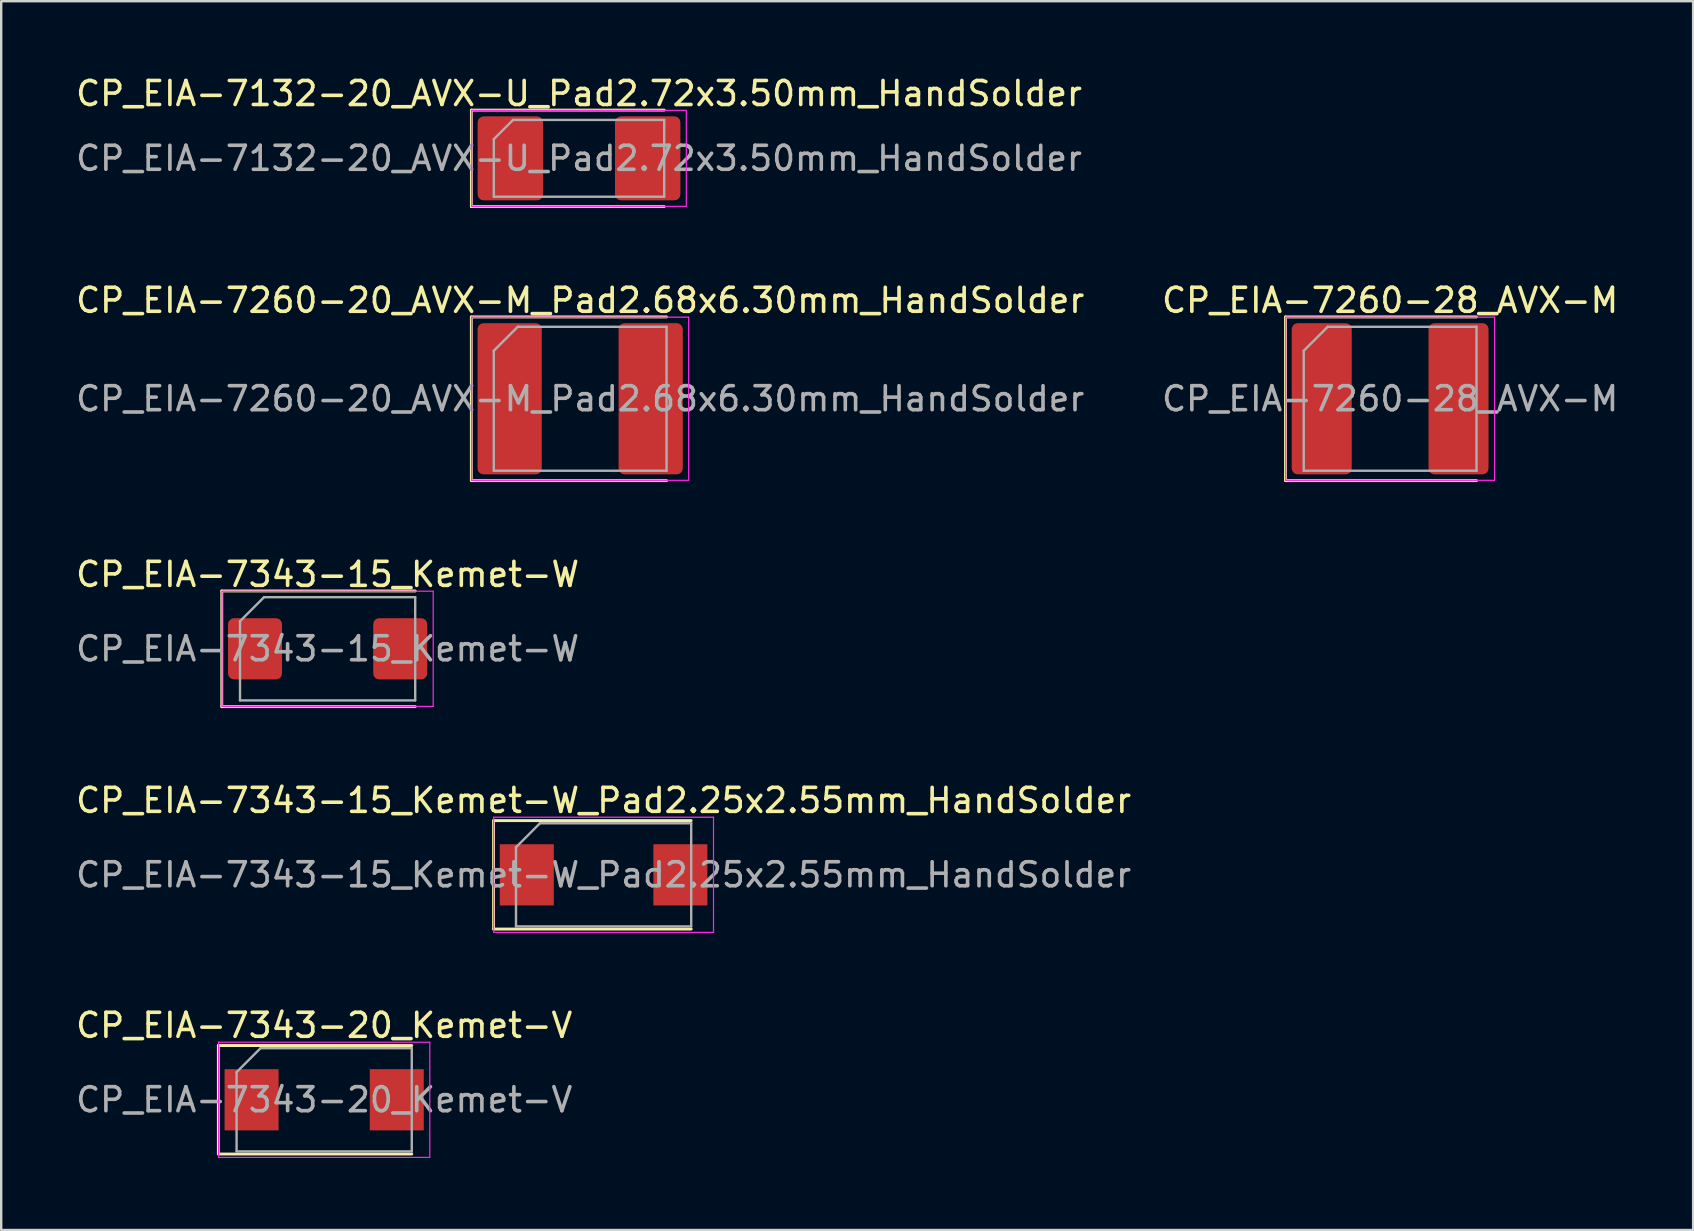
<source format=kicad_pcb>
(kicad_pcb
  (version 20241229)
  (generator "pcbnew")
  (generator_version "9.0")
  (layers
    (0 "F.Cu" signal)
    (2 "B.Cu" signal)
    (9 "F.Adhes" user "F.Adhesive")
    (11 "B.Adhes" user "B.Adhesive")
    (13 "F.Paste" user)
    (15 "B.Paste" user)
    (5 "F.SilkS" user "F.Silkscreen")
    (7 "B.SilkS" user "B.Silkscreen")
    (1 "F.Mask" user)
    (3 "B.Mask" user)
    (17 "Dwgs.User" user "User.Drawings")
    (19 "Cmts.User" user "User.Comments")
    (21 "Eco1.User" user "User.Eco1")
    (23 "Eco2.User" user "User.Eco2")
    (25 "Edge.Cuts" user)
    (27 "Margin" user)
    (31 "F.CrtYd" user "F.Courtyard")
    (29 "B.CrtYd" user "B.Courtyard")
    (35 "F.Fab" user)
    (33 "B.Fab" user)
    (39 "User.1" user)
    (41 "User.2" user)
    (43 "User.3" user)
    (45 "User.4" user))
  (footprint "CP_EIA-7132-20_AVX-U_Pad2.72x3.50mm_HandSolder"
    (layer "F.Cu")
    (at 21.077 3.548)
    (property "Reference" "CP_EIA-7132-20_AVX-U_Pad2.72x3.50mm_HandSolder" (at 0 -2.7 0) (layer "F.SilkS") (effects (font (size 1 1) (thickness 0.15))))
    (attr smd)
    (fp_line (start -4.485 -2.01) (end -4.485 2.01) (stroke (width 0.12) (type solid)) (layer "F.SilkS"))
    (fp_line (start -4.485 2.01) (end 3.55 2.01) (stroke (width 0.12) (type solid)) (layer "F.SilkS"))
    (fp_line (start 3.55 -2.01) (end -4.485 -2.01) (stroke (width 0.12) (type solid)) (layer "F.SilkS"))
    (fp_line (start -4.47 -2) (end 4.47 -2) (stroke (width 0.05) (type solid)) (layer "F.CrtYd"))
    (fp_line (start -4.47 2) (end -4.47 -2) (stroke (width 0.05) (type solid)) (layer "F.CrtYd"))
    (fp_line (start 4.47 -2) (end 4.47 2) (stroke (width 0.05) (type solid)) (layer "F.CrtYd"))
    (fp_line (start 4.47 2) (end -4.47 2) (stroke (width 0.05) (type solid)) (layer "F.CrtYd"))
    (fp_line (start -3.55 -0.8) (end -3.55 1.6) (stroke (width 0.1) (type solid)) (layer "F.Fab"))
    (fp_line (start -3.55 1.6) (end 3.55 1.6) (stroke (width 0.1) (type solid)) (layer "F.Fab"))
    (fp_line (start -2.75 -1.6) (end -3.55 -0.8) (stroke (width 0.1) (type solid)) (layer "F.Fab"))
    (fp_line (start 3.55 -1.6) (end -2.75 -1.6) (stroke (width 0.1) (type solid)) (layer "F.Fab"))
    (fp_line (start 3.55 1.6) (end 3.55 -1.6) (stroke (width 0.1) (type solid)) (layer "F.Fab"))
    (fp_text user "${REFERENCE}" (at 0 0 0) (layer "F.Fab") (effects (font (size 1 1) (thickness 0.15))))
    (pad "1" smd roundrect (at -2.862 0) (size 2.725 3.5) (layers "F.Cu" "F.Mask" "F.Paste") (roundrect_rratio 0.092))
    (pad "2" smd roundrect (at 2.862 0) (size 2.725 3.5) (layers "F.Cu" "F.Mask" "F.Paste") (roundrect_rratio 0.092)))
  (footprint "CP_EIA-7343-15_Kemet-W_Pad2.25x2.55mm_HandSolder"
    (layer "F.Cu")
    (at 22.101 33.403)
    (property "Reference" "CP_EIA-7343-15_Kemet-W_Pad2.25x2.55mm_HandSolder" (at 0 -3.1 0) (layer "F.SilkS") (effects (font (size 1 1) (thickness 0.15))))
    (attr smd)
    (fp_line (start -4.585 -2.26) (end -4.585 2.26) (stroke (width 0.12) (type solid)) (layer "F.SilkS"))
    (fp_line (start -4.585 2.26) (end 3.65 2.26) (stroke (width 0.12) (type solid)) (layer "F.SilkS"))
    (fp_line (start 3.65 -2.26) (end -4.585 -2.26) (stroke (width 0.12) (type solid)) (layer "F.SilkS"))
    (fp_line (start -4.58 -2.4) (end 4.58 -2.4) (stroke (width 0.05) (type solid)) (layer "F.CrtYd"))
    (fp_line (start -4.58 2.4) (end -4.58 -2.4) (stroke (width 0.05) (type solid)) (layer "F.CrtYd"))
    (fp_line (start 4.58 -2.4) (end 4.58 2.4) (stroke (width 0.05) (type solid)) (layer "F.CrtYd"))
    (fp_line (start 4.58 2.4) (end -4.58 2.4) (stroke (width 0.05) (type solid)) (layer "F.CrtYd"))
    (fp_line (start -3.65 -1.15) (end -3.65 2.15) (stroke (width 0.1) (type solid)) (layer "F.Fab"))
    (fp_line (start -3.65 2.15) (end 3.65 2.15) (stroke (width 0.1) (type solid)) (layer "F.Fab"))
    (fp_line (start -2.65 -2.15) (end -3.65 -1.15) (stroke (width 0.1) (type solid)) (layer "F.Fab"))
    (fp_line (start 3.65 -2.15) (end -2.65 -2.15) (stroke (width 0.1) (type solid)) (layer "F.Fab"))
    (fp_line (start 3.65 2.15) (end 3.65 -2.15) (stroke (width 0.1) (type solid)) (layer "F.Fab"))
    (fp_text user "${REFERENCE}" (at 0 0 0) (layer "F.Fab") (effects (font (size 1 1) (thickness 0.15))))
    (pad "1" smd rect (at -3.2 0) (size 2.25 2.55) (layers "F.Cu" "F.Mask" "F.Paste"))
    (pad "2" smd rect (at 3.2 0) (size 2.25 2.55) (layers "F.Cu" "F.Mask" "F.Paste")))
  (footprint "CP_EIA-7260-20_AVX-M_Pad2.68x6.30mm_HandSolder"
    (layer "F.Cu")
    (at 21.125 13.566)
    (property "Reference" "CP_EIA-7260-20_AVX-M_Pad2.68x6.30mm_HandSolder" (at 0 -4.1 0) (layer "F.SilkS") (effects (font (size 1 1) (thickness 0.15))))
    (attr smd)
    (fp_line (start -4.535 -3.41) (end -4.535 3.41) (stroke (width 0.12) (type solid)) (layer "F.SilkS"))
    (fp_line (start -4.535 3.41) (end 3.6 3.41) (stroke (width 0.12) (type solid)) (layer "F.SilkS"))
    (fp_line (start 3.6 -3.41) (end -4.535 -3.41) (stroke (width 0.12) (type solid)) (layer "F.SilkS"))
    (fp_line (start -4.52 -3.4) (end 4.52 -3.4) (stroke (width 0.05) (type solid)) (layer "F.CrtYd"))
    (fp_line (start -4.52 3.4) (end -4.52 -3.4) (stroke (width 0.05) (type solid)) (layer "F.CrtYd"))
    (fp_line (start 4.52 -3.4) (end 4.52 3.4) (stroke (width 0.05) (type solid)) (layer "F.CrtYd"))
    (fp_line (start 4.52 3.4) (end -4.52 3.4) (stroke (width 0.05) (type solid)) (layer "F.CrtYd"))
    (fp_line (start -3.6 -2) (end -3.6 3) (stroke (width 0.1) (type solid)) (layer "F.Fab"))
    (fp_line (start -3.6 3) (end 3.6 3) (stroke (width 0.1) (type solid)) (layer "F.Fab"))
    (fp_line (start -2.6 -3) (end -3.6 -2) (stroke (width 0.1) (type solid)) (layer "F.Fab"))
    (fp_line (start 3.6 -3) (end -2.6 -3) (stroke (width 0.1) (type solid)) (layer "F.Fab"))
    (fp_line (start 3.6 3) (end 3.6 -3) (stroke (width 0.1) (type solid)) (layer "F.Fab"))
    (fp_text user "${REFERENCE}" (at 0 0 0) (layer "F.Fab") (effects (font (size 1 1) (thickness 0.15))))
    (pad "1" smd roundrect (at -2.938 0) (size 2.675 6.3) (layers "F.Cu" "F.Mask" "F.Paste") (roundrect_rratio 0.093))
    (pad "2" smd roundrect (at 2.938 0) (size 2.675 6.3) (layers "F.Cu" "F.Mask" "F.Paste") (roundrect_rratio 0.093)))
  (footprint "CP_EIA-7260-28_AVX-M"
    (layer "F.Cu")
    (at 54.875 13.566)
    (property "Reference" "CP_EIA-7260-28_AVX-M" (at 0 -4.1 0) (layer "F.SilkS") (effects (font (size 1 1) (thickness 0.15))))
    (attr smd)
    (fp_line (start -4.36 -3.41) (end -4.36 3.41) (stroke (width 0.12) (type solid)) (layer "F.SilkS"))
    (fp_line (start -4.36 3.41) (end 3.6 3.41) (stroke (width 0.12) (type solid)) (layer "F.SilkS"))
    (fp_line (start 3.6 -3.41) (end -4.36 -3.41) (stroke (width 0.12) (type solid)) (layer "F.SilkS"))
    (fp_line (start -4.35 -3.4) (end 4.35 -3.4) (stroke (width 0.05) (type solid)) (layer "F.CrtYd"))
    (fp_line (start -4.35 3.4) (end -4.35 -3.4) (stroke (width 0.05) (type solid)) (layer "F.CrtYd"))
    (fp_line (start 4.35 -3.4) (end 4.35 3.4) (stroke (width 0.05) (type solid)) (layer "F.CrtYd"))
    (fp_line (start 4.35 3.4) (end -4.35 3.4) (stroke (width 0.05) (type solid)) (layer "F.CrtYd"))
    (fp_line (start -3.6 -2) (end -3.6 3) (stroke (width 0.1) (type solid)) (layer "F.Fab"))
    (fp_line (start -3.6 3) (end 3.6 3) (stroke (width 0.1) (type solid)) (layer "F.Fab"))
    (fp_line (start -2.6 -3) (end -3.6 -2) (stroke (width 0.1) (type solid)) (layer "F.Fab"))
    (fp_line (start 3.6 -3) (end -2.6 -3) (stroke (width 0.1) (type solid)) (layer "F.Fab"))
    (fp_line (start 3.6 3) (end 3.6 -3) (stroke (width 0.1) (type solid)) (layer "F.Fab"))
    (fp_text user "${REFERENCE}" (at 0 0 0) (layer "F.Fab") (effects (font (size 1 1) (thickness 0.15))))
    (pad "1" smd roundrect (at -2.85 0) (size 2.5 6.3) (layers "F.Cu" "F.Mask" "F.Paste") (roundrect_rratio 0.1))
    (pad "2" smd roundrect (at 2.85 0) (size 2.5 6.3) (layers "F.Cu" "F.Mask" "F.Paste") (roundrect_rratio 0.1)))
  (footprint "CP_EIA-7343-20_Kemet-V"
    (layer "F.Cu")
    (at 10.458 42.776)
    (property "Reference" "CP_EIA-7343-20_Kemet-V" (at 0 -3.1 0) (layer "F.SilkS") (effects (font (size 1 1) (thickness 0.15))))
    (attr smd)
    (fp_line (start -4.41 -2.26) (end -4.41 2.26) (stroke (width 0.12) (type solid)) (layer "F.SilkS"))
    (fp_line (start -4.41 2.26) (end 3.65 2.26) (stroke (width 0.12) (type solid)) (layer "F.SilkS"))
    (fp_line (start 3.65 -2.26) (end -4.41 -2.26) (stroke (width 0.12) (type solid)) (layer "F.SilkS"))
    (fp_line (start -4.4 -2.4) (end 4.4 -2.4) (stroke (width 0.05) (type solid)) (layer "F.CrtYd"))
    (fp_line (start -4.4 2.4) (end -4.4 -2.4) (stroke (width 0.05) (type solid)) (layer "F.CrtYd"))
    (fp_line (start 4.4 -2.4) (end 4.4 2.4) (stroke (width 0.05) (type solid)) (layer "F.CrtYd"))
    (fp_line (start 4.4 2.4) (end -4.4 2.4) (stroke (width 0.05) (type solid)) (layer "F.CrtYd"))
    (fp_line (start -3.65 -1.15) (end -3.65 2.15) (stroke (width 0.1) (type solid)) (layer "F.Fab"))
    (fp_line (start -3.65 2.15) (end 3.65 2.15) (stroke (width 0.1) (type solid)) (layer "F.Fab"))
    (fp_line (start -2.65 -2.15) (end -3.65 -1.15) (stroke (width 0.1) (type solid)) (layer "F.Fab"))
    (fp_line (start 3.65 -2.15) (end -2.65 -2.15) (stroke (width 0.1) (type solid)) (layer "F.Fab"))
    (fp_line (start 3.65 2.15) (end 3.65 -2.15) (stroke (width 0.1) (type solid)) (layer "F.Fab"))
    (fp_text user "${REFERENCE}" (at 0 0 0) (layer "F.Fab") (effects (font (size 1 1) (thickness 0.15))))
    (pad "1" smd rect (at -3.025 0) (size 2.25 2.55) (layers "F.Cu" "F.Mask" "F.Paste"))
    (pad "2" smd rect (at 3.025 0) (size 2.25 2.55) (layers "F.Cu" "F.Mask" "F.Paste")))
  (footprint "CP_EIA-7343-15_Kemet-W"
    (layer "F.Cu")
    (at 10.601 23.985)
    (property "Reference" "CP_EIA-7343-15_Kemet-W" (at 0 -3.1 0) (layer "F.SilkS") (effects (font (size 1 1) (thickness 0.15))))
    (attr smd)
    (fp_line (start -4.41 -2.41) (end -4.41 2.41) (stroke (width 0.12) (type solid)) (layer "F.SilkS"))
    (fp_line (start -4.41 2.41) (end 3.65 2.41) (stroke (width 0.12) (type solid)) (layer "F.SilkS"))
    (fp_line (start 3.65 -2.41) (end -4.41 -2.41) (stroke (width 0.12) (type solid)) (layer "F.SilkS"))
    (fp_line (start -4.4 -2.4) (end 4.4 -2.4) (stroke (width 0.05) (type solid)) (layer "F.CrtYd"))
    (fp_line (start -4.4 2.4) (end -4.4 -2.4) (stroke (width 0.05) (type solid)) (layer "F.CrtYd"))
    (fp_line (start 4.4 -2.4) (end 4.4 2.4) (stroke (width 0.05) (type solid)) (layer "F.CrtYd"))
    (fp_line (start 4.4 2.4) (end -4.4 2.4) (stroke (width 0.05) (type solid)) (layer "F.CrtYd"))
    (fp_line (start -3.65 -1.15) (end -3.65 2.15) (stroke (width 0.1) (type solid)) (layer "F.Fab"))
    (fp_line (start -3.65 2.15) (end 3.65 2.15) (stroke (width 0.1) (type solid)) (layer "F.Fab"))
    (fp_line (start -2.65 -2.15) (end -3.65 -1.15) (stroke (width 0.1) (type solid)) (layer "F.Fab"))
    (fp_line (start 3.65 -2.15) (end -2.65 -2.15) (stroke (width 0.1) (type solid)) (layer "F.Fab"))
    (fp_line (start 3.65 2.15) (end 3.65 -2.15) (stroke (width 0.1) (type solid)) (layer "F.Fab"))
    (fp_text user "${REFERENCE}" (at 0 0 0) (layer "F.Fab") (effects (font (size 1 1) (thickness 0.15))))
    (pad "1" smd roundrect (at -3.025 0) (size 2.25 2.55) (layers "F.Cu" "F.Mask" "F.Paste") (roundrect_rratio 0.111))
    (pad "2" smd roundrect (at 3.025 0) (size 2.25 2.55) (layers "F.Cu" "F.Mask" "F.Paste") (roundrect_rratio 0.111)))
  (gr_rect
    (start -3 -3)
    (end 67.5 48.201)
    (stroke (width 0.1) (type default))
    (fill no)
    (layer "Edge.Cuts")))
</source>
